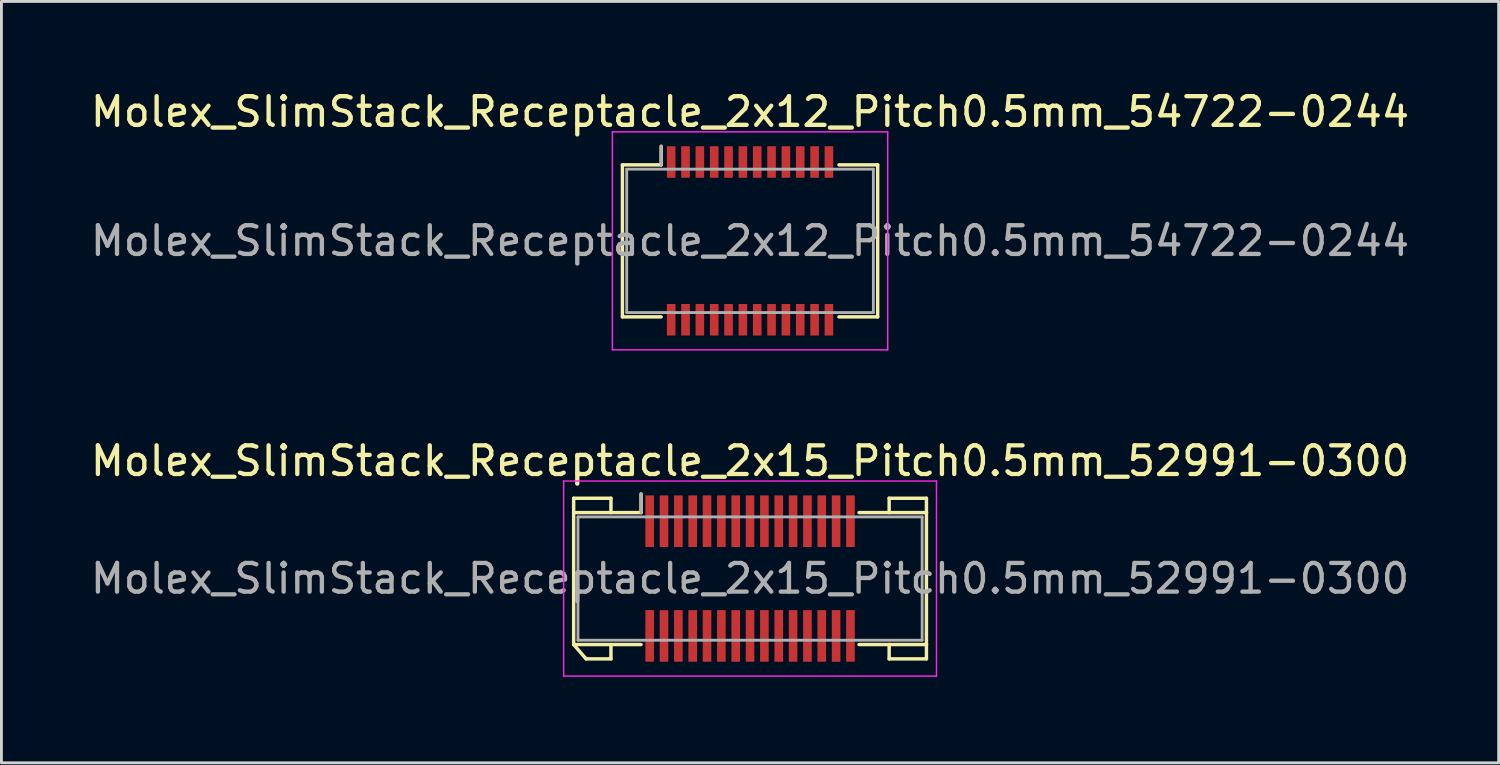
<source format=kicad_pcb>
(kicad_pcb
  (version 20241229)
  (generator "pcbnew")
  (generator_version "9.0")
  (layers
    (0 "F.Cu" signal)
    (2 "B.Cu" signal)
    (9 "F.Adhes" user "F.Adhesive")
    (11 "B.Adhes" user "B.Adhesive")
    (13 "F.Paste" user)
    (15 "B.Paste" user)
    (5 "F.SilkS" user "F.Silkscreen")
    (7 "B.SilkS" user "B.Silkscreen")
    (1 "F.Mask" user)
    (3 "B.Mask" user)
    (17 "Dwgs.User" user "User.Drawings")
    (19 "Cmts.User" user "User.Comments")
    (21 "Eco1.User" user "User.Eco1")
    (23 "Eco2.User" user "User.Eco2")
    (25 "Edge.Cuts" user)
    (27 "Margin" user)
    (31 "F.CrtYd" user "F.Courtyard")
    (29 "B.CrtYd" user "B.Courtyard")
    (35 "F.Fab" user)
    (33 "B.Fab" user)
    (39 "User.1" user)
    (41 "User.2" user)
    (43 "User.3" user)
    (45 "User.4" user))
  (footprint "Molex_SlimStack_Receptacle_2x12_Pitch0.5mm_54722-0244"
    (layer "F.Cu")
    (at 23.101 5.348)
    (property "Reference" "Molex_SlimStack_Receptacle_2x12_Pitch0.5mm_54722-0244" (at 0 -4.5 0) (layer "F.SilkS") (effects (font (size 1 1) (thickness 0.15))))
    (attr smd)
    (fp_line (start -4.45 -2.65) (end -3.1 -2.65) (stroke (width 0.12) (type solid)) (layer "F.SilkS"))
    (fp_line (start -4.45 2.65) (end -4.45 -2.65) (stroke (width 0.12) (type solid)) (layer "F.SilkS"))
    (fp_line (start -3.1 -2.65) (end -3.1 -3.3) (stroke (width 0.12) (type solid)) (layer "F.SilkS"))
    (fp_line (start -3.1 2.65) (end -4.45 2.65) (stroke (width 0.12) (type solid)) (layer "F.SilkS"))
    (fp_line (start 3.1 2.65) (end 4.45 2.65) (stroke (width 0.12) (type solid)) (layer "F.SilkS"))
    (fp_line (start 4.45 -2.65) (end 3.1 -2.65) (stroke (width 0.12) (type solid)) (layer "F.SilkS"))
    (fp_line (start 4.45 2.65) (end 4.45 -2.65) (stroke (width 0.12) (type solid)) (layer "F.SilkS"))
    (fp_line (start -4.8 -3.8) (end -4.8 3.8) (stroke (width 0.05) (type solid)) (layer "F.CrtYd"))
    (fp_line (start -4.8 3.8) (end 4.8 3.8) (stroke (width 0.05) (type solid)) (layer "F.CrtYd"))
    (fp_line (start 4.8 -3.8) (end -4.8 -3.8) (stroke (width 0.05) (type solid)) (layer "F.CrtYd"))
    (fp_line (start 4.8 3.8) (end 4.8 -3.8) (stroke (width 0.05) (type solid)) (layer "F.CrtYd"))
    (fp_line (start -4.3 -2.5) (end -4.3 2.5) (stroke (width 0.1) (type solid)) (layer "F.Fab"))
    (fp_line (start -4.3 2.5) (end 4.3 2.5) (stroke (width 0.1) (type solid)) (layer "F.Fab"))
    (fp_line (start -3.1 -2.65) (end -3.1 -3.3) (stroke (width 0.1) (type solid)) (layer "F.Fab"))
    (fp_line (start 4.3 -2.5) (end -4.3 -2.5) (stroke (width 0.1) (type solid)) (layer "F.Fab"))
    (fp_line (start 4.3 2.5) (end 4.3 -2.5) (stroke (width 0.1) (type solid)) (layer "F.Fab"))
    (fp_text user "${REFERENCE}" (at 0 0 0) (layer "F.Fab") (effects (font (size 1 1) (thickness 0.15))))
    (pad "1" smd rect (at -2.75 -2.75) (size 0.3 1.1) (layers "F.Cu" "F.Mask" "F.Paste"))
    (pad "2" smd rect (at -2.75 2.75) (size 0.3 1.1) (layers "F.Cu" "F.Mask" "F.Paste"))
    (pad "3" smd rect (at -2.25 -2.75) (size 0.3 1.1) (layers "F.Cu" "F.Mask" "F.Paste"))
    (pad "4" smd rect (at -2.25 2.75) (size 0.3 1.1) (layers "F.Cu" "F.Mask" "F.Paste"))
    (pad "5" smd rect (at -1.75 -2.75) (size 0.3 1.1) (layers "F.Cu" "F.Mask" "F.Paste"))
    (pad "6" smd rect (at -1.75 2.75) (size 0.3 1.1) (layers "F.Cu" "F.Mask" "F.Paste"))
    (pad "7" smd rect (at -1.25 -2.75) (size 0.3 1.1) (layers "F.Cu" "F.Mask" "F.Paste"))
    (pad "8" smd rect (at -1.25 2.75) (size 0.3 1.1) (layers "F.Cu" "F.Mask" "F.Paste"))
    (pad "9" smd rect (at -0.75 -2.75) (size 0.3 1.1) (layers "F.Cu" "F.Mask" "F.Paste"))
    (pad "10" smd rect (at -0.75 2.75) (size 0.3 1.1) (layers "F.Cu" "F.Mask" "F.Paste"))
    (pad "11" smd rect (at -0.25 -2.75) (size 0.3 1.1) (layers "F.Cu" "F.Mask" "F.Paste"))
    (pad "12" smd rect (at -0.25 2.75) (size 0.3 1.1) (layers "F.Cu" "F.Mask" "F.Paste"))
    (pad "13" smd rect (at 0.25 -2.75) (size 0.3 1.1) (layers "F.Cu" "F.Mask" "F.Paste"))
    (pad "14" smd rect (at 0.25 2.75) (size 0.3 1.1) (layers "F.Cu" "F.Mask" "F.Paste"))
    (pad "15" smd rect (at 0.75 -2.75) (size 0.3 1.1) (layers "F.Cu" "F.Mask" "F.Paste"))
    (pad "16" smd rect (at 0.75 2.75) (size 0.3 1.1) (layers "F.Cu" "F.Mask" "F.Paste"))
    (pad "17" smd rect (at 1.25 -2.75) (size 0.3 1.1) (layers "F.Cu" "F.Mask" "F.Paste"))
    (pad "18" smd rect (at 1.25 2.75) (size 0.3 1.1) (layers "F.Cu" "F.Mask" "F.Paste"))
    (pad "19" smd rect (at 1.75 -2.75) (size 0.3 1.1) (layers "F.Cu" "F.Mask" "F.Paste"))
    (pad "20" smd rect (at 1.75 2.75) (size 0.3 1.1) (layers "F.Cu" "F.Mask" "F.Paste"))
    (pad "21" smd rect (at 2.25 -2.75) (size 0.3 1.1) (layers "F.Cu" "F.Mask" "F.Paste"))
    (pad "22" smd rect (at 2.25 2.75) (size 0.3 1.1) (layers "F.Cu" "F.Mask" "F.Paste"))
    (pad "23" smd rect (at 2.75 -2.75) (size 0.3 1.1) (layers "F.Cu" "F.Mask" "F.Paste"))
    (pad "24" smd rect (at 2.75 2.75) (size 0.3 1.1) (layers "F.Cu" "F.Mask" "F.Paste")))
  (footprint "Molex_SlimStack_Receptacle_2x15_Pitch0.5mm_52991-0300"
    (layer "F.Cu")
    (at 23.101 17.122)
    (property "Reference" "Molex_SlimStack_Receptacle_2x15_Pitch0.5mm_52991-0300" (at 0 -4.1 0) (layer "F.SilkS") (effects (font (size 1 1) (thickness 0.15))))
    (attr smd)
    (fp_line (start -6.15 -2.8) (end -4.85 -2.8) (stroke (width 0.12) (type solid)) (layer "F.SilkS"))
    (fp_line (start -6.15 -2.3) (end -6.15 -2.8) (stroke (width 0.12) (type solid)) (layer "F.SilkS"))
    (fp_line (start -6.15 -2.3) (end -3.8 -2.3) (stroke (width 0.12) (type solid)) (layer "F.SilkS"))
    (fp_line (start -6.15 2.3) (end -6.15 -2.3) (stroke (width 0.12) (type solid)) (layer "F.SilkS"))
    (fp_line (start -6.15 2.3) (end -5.717 2.8) (stroke (width 0.12) (type solid)) (layer "F.SilkS"))
    (fp_line (start -5.717 2.8) (end -4.85 2.8) (stroke (width 0.12) (type solid)) (layer "F.SilkS"))
    (fp_line (start -4.85 -2.8) (end -4.85 -2.3) (stroke (width 0.12) (type solid)) (layer "F.SilkS"))
    (fp_line (start -4.85 2.8) (end -4.85 2.3) (stroke (width 0.12) (type solid)) (layer "F.SilkS"))
    (fp_line (start -3.8 -2.3) (end -3.8 -2.95) (stroke (width 0.12) (type solid)) (layer "F.SilkS"))
    (fp_line (start -3.8 2.3) (end -6.15 2.3) (stroke (width 0.12) (type solid)) (layer "F.SilkS"))
    (fp_line (start 3.8 2.3) (end 6.15 2.3) (stroke (width 0.12) (type solid)) (layer "F.SilkS"))
    (fp_line (start 4.85 -2.8) (end 4.85 -2.3) (stroke (width 0.12) (type solid)) (layer "F.SilkS"))
    (fp_line (start 4.85 2.8) (end 4.85 2.3) (stroke (width 0.12) (type solid)) (layer "F.SilkS"))
    (fp_line (start 6.15 -2.8) (end 4.85 -2.8) (stroke (width 0.12) (type solid)) (layer "F.SilkS"))
    (fp_line (start 6.15 -2.3) (end 3.8 -2.3) (stroke (width 0.12) (type solid)) (layer "F.SilkS"))
    (fp_line (start 6.15 -2.3) (end 6.15 -2.8) (stroke (width 0.12) (type solid)) (layer "F.SilkS"))
    (fp_line (start 6.15 2.3) (end 6.15 -2.3) (stroke (width 0.12) (type solid)) (layer "F.SilkS"))
    (fp_line (start 6.15 2.3) (end 6.15 2.8) (stroke (width 0.12) (type solid)) (layer "F.SilkS"))
    (fp_line (start 6.15 2.8) (end 4.85 2.8) (stroke (width 0.12) (type solid)) (layer "F.SilkS"))
    (fp_line (start -6.5 -3.4) (end -6.5 3.4) (stroke (width 0.05) (type solid)) (layer "F.CrtYd"))
    (fp_line (start -6.5 3.4) (end 6.5 3.4) (stroke (width 0.05) (type solid)) (layer "F.CrtYd"))
    (fp_line (start 6.5 -3.4) (end -6.5 -3.4) (stroke (width 0.05) (type solid)) (layer "F.CrtYd"))
    (fp_line (start 6.5 3.4) (end 6.5 -3.4) (stroke (width 0.05) (type solid)) (layer "F.CrtYd"))
    (fp_line (start -6 -2.15) (end -6 2.15) (stroke (width 0.1) (type solid)) (layer "F.Fab"))
    (fp_line (start -6 2.15) (end 6 2.15) (stroke (width 0.1) (type solid)) (layer "F.Fab"))
    (fp_line (start -3.8 -2.3) (end -3.8 -2.95) (stroke (width 0.1) (type solid)) (layer "F.Fab"))
    (fp_line (start 6 -2.15) (end -6 -2.15) (stroke (width 0.1) (type solid)) (layer "F.Fab"))
    (fp_line (start 6 2.15) (end 6 -2.15) (stroke (width 0.1) (type solid)) (layer "F.Fab"))
    (fp_text user "${REFERENCE}" (at 0 0 0) (layer "F.Fab") (effects (font (size 1 1) (thickness 0.15))))
    (pad "1" smd rect (at -3.5 -2) (size 0.3 1.8) (layers "F.Cu" "F.Mask" "F.Paste"))
    (pad "2" smd rect (at -3.5 2) (size 0.3 1.8) (layers "F.Cu" "F.Mask" "F.Paste"))
    (pad "3" smd rect (at -3 -2) (size 0.3 1.8) (layers "F.Cu" "F.Mask" "F.Paste"))
    (pad "4" smd rect (at -3 2) (size 0.3 1.8) (layers "F.Cu" "F.Mask" "F.Paste"))
    (pad "5" smd rect (at -2.5 -2) (size 0.3 1.8) (layers "F.Cu" "F.Mask" "F.Paste"))
    (pad "6" smd rect (at -2.5 2) (size 0.3 1.8) (layers "F.Cu" "F.Mask" "F.Paste"))
    (pad "7" smd rect (at -2 -2) (size 0.3 1.8) (layers "F.Cu" "F.Mask" "F.Paste"))
    (pad "8" smd rect (at -2 2) (size 0.3 1.8) (layers "F.Cu" "F.Mask" "F.Paste"))
    (pad "9" smd rect (at -1.5 -2) (size 0.3 1.8) (layers "F.Cu" "F.Mask" "F.Paste"))
    (pad "10" smd rect (at -1.5 2) (size 0.3 1.8) (layers "F.Cu" "F.Mask" "F.Paste"))
    (pad "11" smd rect (at -1 -2) (size 0.3 1.8) (layers "F.Cu" "F.Mask" "F.Paste"))
    (pad "12" smd rect (at -1 2) (size 0.3 1.8) (layers "F.Cu" "F.Mask" "F.Paste"))
    (pad "13" smd rect (at -0.5 -2) (size 0.3 1.8) (layers "F.Cu" "F.Mask" "F.Paste"))
    (pad "14" smd rect (at -0.5 2) (size 0.3 1.8) (layers "F.Cu" "F.Mask" "F.Paste"))
    (pad "15" smd rect (at 0 -2) (size 0.3 1.8) (layers "F.Cu" "F.Mask" "F.Paste"))
    (pad "16" smd rect (at 0 2) (size 0.3 1.8) (layers "F.Cu" "F.Mask" "F.Paste"))
    (pad "17" smd rect (at 0.5 -2) (size 0.3 1.8) (layers "F.Cu" "F.Mask" "F.Paste"))
    (pad "18" smd rect (at 0.5 2) (size 0.3 1.8) (layers "F.Cu" "F.Mask" "F.Paste"))
    (pad "19" smd rect (at 1 -2) (size 0.3 1.8) (layers "F.Cu" "F.Mask" "F.Paste"))
    (pad "20" smd rect (at 1 2) (size 0.3 1.8) (layers "F.Cu" "F.Mask" "F.Paste"))
    (pad "21" smd rect (at 1.5 -2) (size 0.3 1.8) (layers "F.Cu" "F.Mask" "F.Paste"))
    (pad "22" smd rect (at 1.5 2) (size 0.3 1.8) (layers "F.Cu" "F.Mask" "F.Paste"))
    (pad "23" smd rect (at 2 -2) (size 0.3 1.8) (layers "F.Cu" "F.Mask" "F.Paste"))
    (pad "24" smd rect (at 2 2) (size 0.3 1.8) (layers "F.Cu" "F.Mask" "F.Paste"))
    (pad "25" smd rect (at 2.5 -2) (size 0.3 1.8) (layers "F.Cu" "F.Mask" "F.Paste"))
    (pad "26" smd rect (at 2.5 2) (size 0.3 1.8) (layers "F.Cu" "F.Mask" "F.Paste"))
    (pad "27" smd rect (at 3 -2) (size 0.3 1.8) (layers "F.Cu" "F.Mask" "F.Paste"))
    (pad "28" smd rect (at 3 2) (size 0.3 1.8) (layers "F.Cu" "F.Mask" "F.Paste"))
    (pad "29" smd rect (at 3.5 -2) (size 0.3 1.8) (layers "F.Cu" "F.Mask" "F.Paste"))
    (pad "30" smd rect (at 3.5 2) (size 0.3 1.8) (layers "F.Cu" "F.Mask" "F.Paste")))
  (gr_rect
    (start -3 -3)
    (end 49.202 23.547)
    (stroke (width 0.1) (type default))
    (fill no)
    (layer "Edge.Cuts")))
</source>
